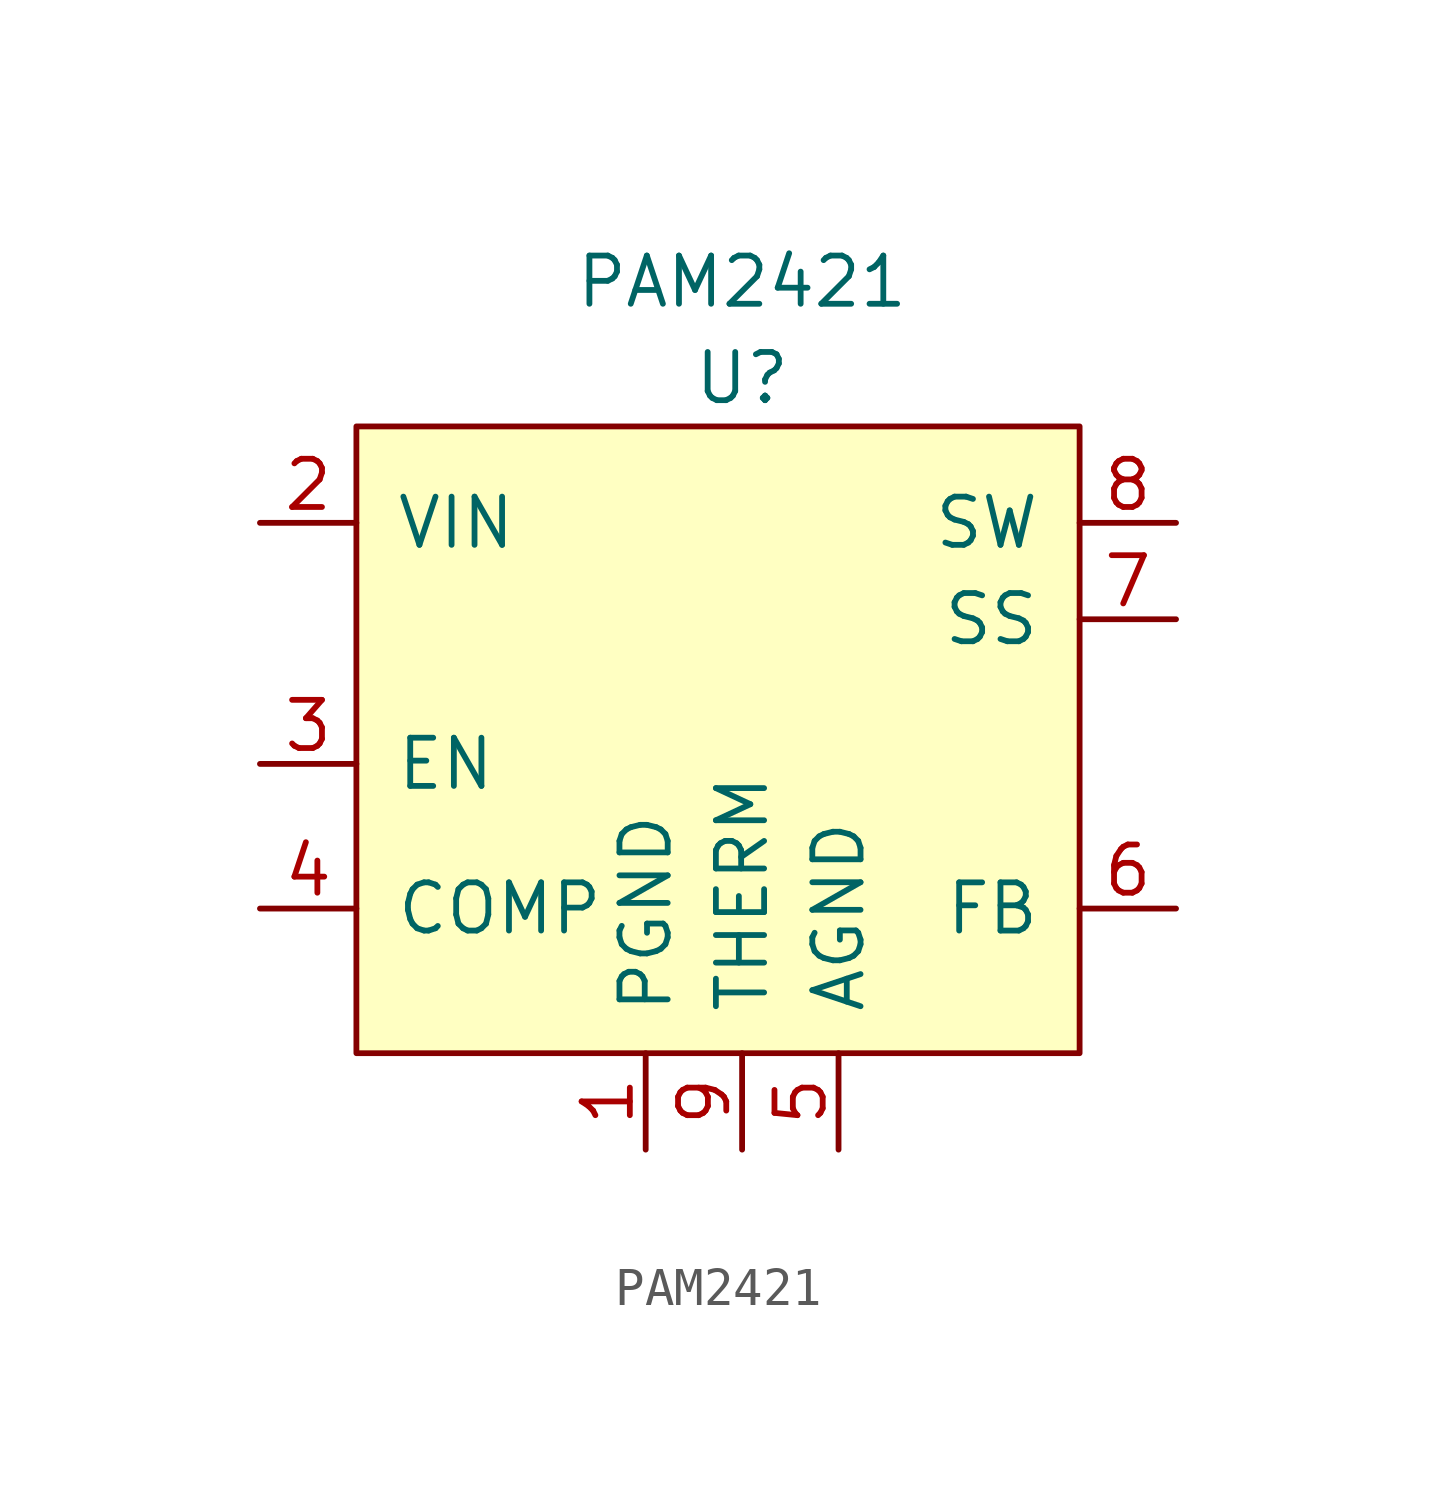
<source format=kicad_sym>
(kicad_symbol_lib
  (version 20211014)
  (generator kicad_symbol_editor)
  (symbol "PAM2421"
    (pin_names
      (offset 1.016))
    (property "Reference" "U"
      (at 0 1.27 0)
      (effects (font (size 1.27 1.27))))
    (property "Value" "PAM2421"
      (at 0 3.81 0)
      (effects (font (size 1.27 1.27))))
    (symbol "PAM2421_0_1"
      (rectangle (start -10.16 0) (end 8.89 -16.51) (stroke (width 0) (type default) (color 0 0 0 0)) (fill (type background))))
    (symbol "PAM2421_1_1"
      (pin power_in line (at -2.54 -19.05 90) (length 2.54) (name "PGND" (effects (font (size 1.27 1.27)))) (number "1" (effects (font (size 1.27 1.27)))))
      (pin power_in line (at -12.7 -2.54 0) (length 2.54) (name "VIN" (effects (font (size 1.27 1.27)))) (number "2" (effects (font (size 1.27 1.27)))))
      (pin input line (at -12.7 -8.89 0) (length 2.54) (name "EN" (effects (font (size 1.27 1.27)))) (number "3" (effects (font (size 1.27 1.27)))))
      (pin input line (at -12.7 -12.7 0) (length 2.54) (name "COMP" (effects (font (size 1.27 1.27)))) (number "4" (effects (font (size 1.27 1.27)))))
      (pin input line (at 2.54 -19.05 90) (length 2.54) (name "AGND" (effects (font (size 1.27 1.27)))) (number "5" (effects (font (size 1.27 1.27)))))
      (pin input line (at 11.43 -12.7 180) (length 2.54) (name "FB" (effects (font (size 1.27 1.27)))) (number "6" (effects (font (size 1.27 1.27)))))
      (pin input line (at 11.43 -5.08 180) (length 2.54) (name "SS" (effects (font (size 1.27 1.27)))) (number "7" (effects (font (size 1.27 1.27)))))
      (pin power_out line (at 11.43 -2.54 180) (length 2.54) (name "SW" (effects (font (size 1.27 1.27)))) (number "8" (effects (font (size 1.27 1.27)))))
      (pin power_out line (at 0 -19.05 90) (length 2.54) (name "THERM" (effects (font (size 1.27 1.27)))) (number "9" (effects (font (size 1.27 1.27))))))))
</source>
